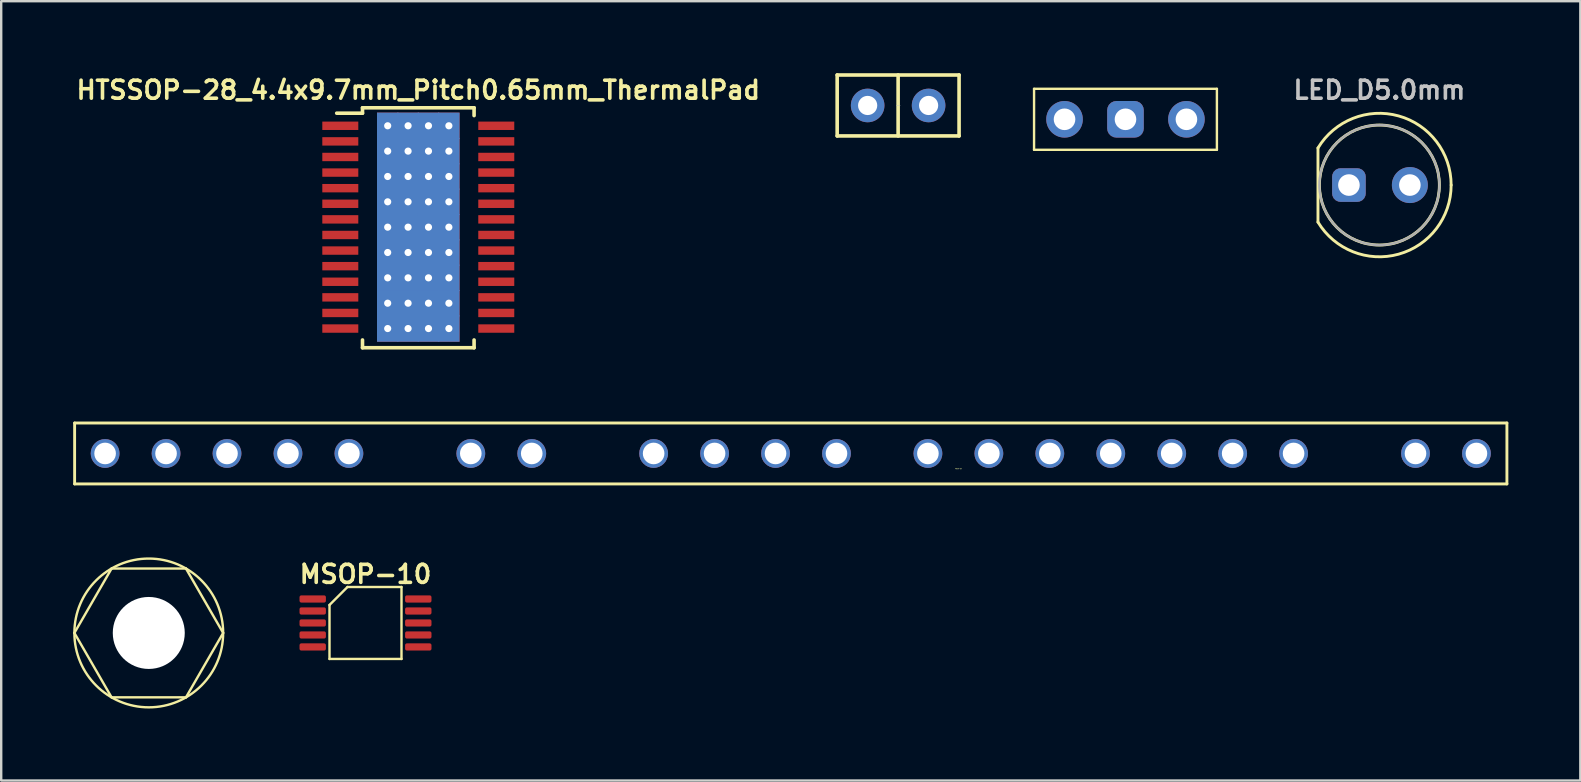
<source format=kicad_pcb>
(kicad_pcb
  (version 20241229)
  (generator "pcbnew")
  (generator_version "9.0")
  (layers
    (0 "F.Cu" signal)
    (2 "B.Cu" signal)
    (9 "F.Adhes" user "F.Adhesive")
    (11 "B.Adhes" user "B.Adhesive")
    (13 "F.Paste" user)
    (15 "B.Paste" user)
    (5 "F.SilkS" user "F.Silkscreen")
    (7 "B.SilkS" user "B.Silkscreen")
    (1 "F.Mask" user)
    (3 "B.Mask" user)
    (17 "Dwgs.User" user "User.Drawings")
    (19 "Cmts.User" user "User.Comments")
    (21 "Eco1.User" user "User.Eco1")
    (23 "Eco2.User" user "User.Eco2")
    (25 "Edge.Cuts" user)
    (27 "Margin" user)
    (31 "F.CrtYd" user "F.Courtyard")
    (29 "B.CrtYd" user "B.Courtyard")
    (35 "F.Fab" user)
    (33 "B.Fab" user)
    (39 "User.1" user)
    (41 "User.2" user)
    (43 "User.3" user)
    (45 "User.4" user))
  (footprint "modulo-bus"
    (layer "F.Cu")
    (at 29.27 15.848)
    (property "Reference" "modulo-bus" (at 7.62 0.635 0) (layer "F.SilkS") (effects (font (size 0.03 0.03) (thickness 0.007))))
    (attr through_hole)
    (fp_line (start -29.21 -1.27) (end 30.48 -1.27) (stroke (width 0.12) (type solid)) (layer "F.SilkS"))
    (fp_line (start -29.21 1.27) (end -29.21 -1.27) (stroke (width 0.12) (type solid)) (layer "F.SilkS"))
    (fp_line (start 30.48 1.27) (end -29.21 1.27) (stroke (width 0.12) (type solid)) (layer "F.SilkS"))
    (fp_line (start 30.48 1.27) (end 30.48 -1.27) (stroke (width 0.12) (type solid)) (layer "F.SilkS"))
    (pad "1" thru_hole circle (at -27.94 0) (size 1.2 1.2) (drill 0.9) (layers "*.Cu" "*.Mask"))
    (pad "2" thru_hole circle (at -25.4 0) (size 1.2 1.2) (drill 0.9) (layers "*.Cu" "*.Mask"))
    (pad "3" thru_hole circle (at -22.86 0) (size 1.2 1.2) (drill 0.9) (layers "*.Cu" "*.Mask"))
    (pad "4" thru_hole circle (at -20.32 0) (size 1.2 1.2) (drill 0.9) (layers "*.Cu" "*.Mask"))
    (pad "5" thru_hole circle (at -17.78 0) (size 1.2 1.2) (drill 0.9) (layers "*.Cu" "*.Mask"))
    (pad "6" thru_hole circle (at 26.67 0) (size 1.2 1.2) (drill 0.9) (layers "*.Cu" "*.Mask"))
    (pad "7" thru_hole circle (at 29.21 0) (size 1.2 1.2) (drill 0.9) (layers "*.Cu" "*.Mask"))
    (pad "8" thru_hole circle (at -12.7 0) (size 1.2 1.2) (drill 0.9) (layers "*.Cu" "*.Mask"))
    (pad "9" thru_hole circle (at -10.16 0) (size 1.2 1.2) (drill 0.9) (layers "*.Cu" "*.Mask"))
    (pad "10" thru_hole circle (at 6.35 0) (size 1.2 1.2) (drill 0.9) (layers "*.Cu" "*.Mask"))
    (pad "11" thru_hole circle (at 8.89 0) (size 1.2 1.2) (drill 0.9) (layers "*.Cu" "*.Mask"))
    (pad "12" thru_hole circle (at 11.43 0) (size 1.2 1.2) (drill 0.9) (layers "*.Cu" "*.Mask"))
    (pad "13" thru_hole circle (at 13.97 0) (size 1.2 1.2) (drill 0.9) (layers "*.Cu" "*.Mask"))
    (pad "14" thru_hole circle (at 16.51 0) (size 1.2 1.2) (drill 0.9) (layers "*.Cu" "*.Mask"))
    (pad "15" thru_hole circle (at 19.05 0) (size 1.2 1.2) (drill 0.9) (layers "*.Cu" "*.Mask"))
    (pad "16" thru_hole circle (at -5.08 0) (size 1.2 1.2) (drill 0.9) (layers "*.Cu" "*.Mask"))
    (pad "17" thru_hole circle (at -2.54 0) (size 1.2 1.2) (drill 0.9) (layers "*.Cu" "*.Mask"))
    (pad "18" thru_hole circle (at 0 0) (size 1.2 1.2) (drill 0.9) (layers "*.Cu" "*.Mask"))
    (pad "19" thru_hole circle (at 2.54 0) (size 1.2 1.2) (drill 0.9) (layers "*.Cu" "*.Mask"))
    (pad "20" thru_hole circle (at 21.59 0) (size 1.2 1.2) (drill 0.9) (layers "*.Cu" "*.Mask")))
  (footprint "JUMPER_3WAY"
    (layer "F.Cu")
    (at 43.854 1.922)
    (property "Reference" "JUMPER_3WAY" (at 0 -1.905 0) (layer "F.Fab") (effects (font (size 0.025 0.025) (thickness 0.001))))
    (attr through_hole)
    (fp_line (start -3.81 -1.27) (end 3.81 -1.27) (stroke (width 0.1) (type solid)) (layer "F.SilkS"))
    (fp_line (start -3.81 1.27) (end -3.81 -1.27) (stroke (width 0.1) (type solid)) (layer "F.SilkS"))
    (fp_line (start 3.81 -1.27) (end 3.81 1.27) (stroke (width 0.1) (type solid)) (layer "F.SilkS"))
    (fp_line (start 3.81 1.27) (end -3.81 1.27) (stroke (width 0.1) (type solid)) (layer "F.SilkS"))
    (pad "1" thru_hole circle (at -2.54 0) (size 1.524 1.524) (drill 0.9) (layers "*.Cu" "*.Mask"))
    (pad "2" thru_hole roundrect (at 0 0) (size 1.524 1.524) (drill 0.9) (layers "*.Cu" "*.Mask") (roundrect_rratio 0.25))
    (pad "3" thru_hole circle (at 2.54 0) (size 1.524 1.524) (drill 0.9) (layers "*.Cu" "*.Mask")))
  (footprint "MountingHole"
    (layer "F.Cu")
    (at 3.15 23.328)
    (property "Reference" "MountingHole" (at 0 0.95 0) (layer "F.SilkS") (effects (font (size 0.127 0.127) (thickness 0.01))))
    (attr through_hole)
    (fp_line (start -3.1 0) (end -1.55 2.684) (stroke (width 0.1) (type solid)) (layer "F.SilkS"))
    (fp_line (start -1.55 -2.684) (end -3.1 0) (stroke (width 0.1) (type solid)) (layer "F.SilkS"))
    (fp_line (start -1.55 2.684) (end 1.55 2.684) (stroke (width 0.1) (type solid)) (layer "F.SilkS"))
    (fp_line (start 1.55 -2.684) (end -1.55 -2.684) (stroke (width 0.1) (type solid)) (layer "F.SilkS"))
    (fp_line (start 1.55 2.684) (end 3.1 0) (stroke (width 0.1) (type solid)) (layer "F.SilkS"))
    (fp_line (start 3.1 0) (end 1.55 -2.684) (stroke (width 0.1) (type solid)) (layer "F.SilkS"))
    (fp_circle (center 0 0) (end 3.1 0) (stroke (width 0.1) (type solid)) (fill no) (layer "F.SilkS"))
    (pad "" np_thru_hole circle (at 0 0) (size 3 3) (drill 3) (layers "*.Cu" "*.Mask")))
  (footprint "MSOP-10"
    (layer "F.Cu")
    (at 12.182 22.912)
    (property "Reference" "MSOP-10" (at 0 -2.032 0) (layer "F.SilkS") (effects (font (size 0.75 0.75) (thickness 0.15))))
    (attr smd)
    (fp_line (start -1.5 -0.75) (end -0.75 -1.5) (stroke (width 0.1) (type solid)) (layer "F.SilkS"))
    (fp_line (start -1.5 1.5) (end -1.5 -0.75) (stroke (width 0.1) (type solid)) (layer "F.SilkS"))
    (fp_line (start -0.75 -1.5) (end 1.5 -1.5) (stroke (width 0.1) (type solid)) (layer "F.SilkS"))
    (fp_line (start 1.5 -1.5) (end 1.5 1.5) (stroke (width 0.1) (type solid)) (layer "F.SilkS"))
    (fp_line (start 1.5 1.5) (end -1.5 1.5) (stroke (width 0.1) (type solid)) (layer "F.SilkS"))
    (pad "1" smd roundrect (at -2.2 -1) (size 1.1 0.3) (layers "F.Cu" "F.Mask" "F.Paste") (roundrect_rratio 0.25))
    (pad "2" smd roundrect (at -2.2 -0.5) (size 1.1 0.3) (layers "F.Cu" "F.Mask" "F.Paste") (roundrect_rratio 0.25))
    (pad "3" smd roundrect (at -2.2 0) (size 1.1 0.3) (layers "F.Cu" "F.Mask" "F.Paste") (roundrect_rratio 0.25))
    (pad "4" smd roundrect (at -2.2 0.5) (size 1.1 0.3) (layers "F.Cu" "F.Mask" "F.Paste") (roundrect_rratio 0.25))
    (pad "5" smd roundrect (at -2.2 1) (size 1.1 0.3) (layers "F.Cu" "F.Mask" "F.Paste") (roundrect_rratio 0.25))
    (pad "6" smd roundrect (at 2.2 1) (size 1.1 0.3) (layers "F.Cu" "F.Mask" "F.Paste") (roundrect_rratio 0.25))
    (pad "7" smd roundrect (at 2.2 0.5) (size 1.1 0.3) (layers "F.Cu" "F.Mask" "F.Paste") (roundrect_rratio 0.25))
    (pad "8" smd roundrect (at 2.2 0) (size 1.1 0.3) (layers "F.Cu" "F.Mask" "F.Paste") (roundrect_rratio 0.25))
    (pad "9" smd roundrect (at 2.2 -0.5) (size 1.1 0.3) (layers "F.Cu" "F.Mask" "F.Paste") (roundrect_rratio 0.25))
    (pad "10" smd roundrect (at 2.2 -1) (size 1.1 0.3) (layers "F.Cu" "F.Mask" "F.Paste") (roundrect_rratio 0.25)))
  (footprint "JUMPER"
    (layer "F.Cu")
    (at 34.379 1.345)
    (property "Reference" "JUMPER" (at 0 0 0) (layer "Dwgs.User") (effects (font (size 0.03 0.03) (thickness 0.007))))
    (attr through_hole)
    (fp_line (start -2.54 -1.27) (end -2.54 1.27) (stroke (width 0.15) (type solid)) (layer "F.SilkS"))
    (fp_line (start -2.54 1.27) (end 2.54 1.27) (stroke (width 0.15) (type solid)) (layer "F.SilkS"))
    (fp_line (start 0 1.27) (end 0 -1.27) (stroke (width 0.15) (type solid)) (layer "F.SilkS"))
    (fp_line (start 2.54 -1.27) (end -2.54 -1.27) (stroke (width 0.15) (type solid)) (layer "F.SilkS"))
    (fp_line (start 2.54 1.27) (end 2.54 -1.27) (stroke (width 0.15) (type solid)) (layer "F.SilkS"))
    (pad "1" thru_hole circle (at -1.27 0) (size 1.4 1.4) (drill 0.8) (layers "*.Cu" "*.Mask"))
    (pad "2" thru_hole circle (at 1.27 0) (size 1.4 1.4) (drill 0.8) (layers "*.Cu" "*.Mask")))
  (footprint "HTSSOP-28_4.4x9.7mm_Pitch0.65mm_ThermalPad"
    (layer "F.Cu")
    (at 14.382 6.417)
    (property "Reference" "HTSSOP-28_4.4x9.7mm_Pitch0.65mm_ThermalPad" (at 0 -5.715 0) (layer "F.SilkS") (effects (font (size 0.75 0.75) (thickness 0.15))))
    (attr smd)
    (fp_line (start -2.325 -4.975) (end -2.325 -4.75) (stroke (width 0.15) (type solid)) (layer "F.SilkS"))
    (fp_line (start -2.325 -4.975) (end 2.325 -4.975) (stroke (width 0.15) (type solid)) (layer "F.SilkS"))
    (fp_line (start -2.325 -4.75) (end -3.4 -4.75) (stroke (width 0.15) (type solid)) (layer "F.SilkS"))
    (fp_line (start -2.325 5.026) (end -2.325 4.701) (stroke (width 0.15) (type solid)) (layer "F.SilkS"))
    (fp_line (start -2.325 5.026) (end 2.325 5.026) (stroke (width 0.15) (type solid)) (layer "F.SilkS"))
    (fp_line (start 2.325 -4.975) (end 2.325 -4.65) (stroke (width 0.15) (type solid)) (layer "F.SilkS"))
    (fp_line (start 2.325 5.026) (end 2.325 4.701) (stroke (width 0.15) (type solid)) (layer "F.SilkS"))
    (pad "1" smd rect (at -3.25 -4.225) (size 1.5 0.35) (layers "F.Cu" "F.Mask" "F.Paste"))
    (pad "2" smd rect (at -3.25 -3.575) (size 1.5 0.35) (layers "F.Cu" "F.Mask" "F.Paste"))
    (pad "3" smd rect (at -3.25 -2.925) (size 1.5 0.35) (layers "F.Cu" "F.Mask" "F.Paste"))
    (pad "4" smd rect (at -3.25 -2.275) (size 1.5 0.35) (layers "F.Cu" "F.Mask" "F.Paste"))
    (pad "5" smd rect (at -3.25 -1.625) (size 1.5 0.35) (layers "F.Cu" "F.Mask" "F.Paste"))
    (pad "6" smd rect (at -3.25 -0.975) (size 1.5 0.35) (layers "F.Cu" "F.Mask" "F.Paste"))
    (pad "7" smd rect (at -3.25 -0.325) (size 1.5 0.35) (layers "F.Cu" "F.Mask" "F.Paste"))
    (pad "8" smd rect (at -3.25 0.325) (size 1.5 0.35) (layers "F.Cu" "F.Mask" "F.Paste"))
    (pad "9" smd rect (at -3.25 0.975) (size 1.5 0.35) (layers "F.Cu" "F.Mask" "F.Paste"))
    (pad "10" smd rect (at -3.25 1.625) (size 1.5 0.35) (layers "F.Cu" "F.Mask" "F.Paste"))
    (pad "11" smd rect (at -3.25 2.275) (size 1.5 0.35) (layers "F.Cu" "F.Mask" "F.Paste"))
    (pad "12" smd rect (at -3.25 2.925) (size 1.5 0.35) (layers "F.Cu" "F.Mask" "F.Paste"))
    (pad "13" smd rect (at -3.25 3.575) (size 1.5 0.35) (layers "F.Cu" "F.Mask" "F.Paste"))
    (pad "14" smd rect (at -3.25 4.225) (size 1.5 0.35) (layers "F.Cu" "F.Mask" "F.Paste"))
    (pad "15" smd rect (at 3.25 4.225) (size 1.5 0.35) (layers "F.Cu" "F.Mask" "F.Paste"))
    (pad "16" smd rect (at 3.25 3.575) (size 1.5 0.35) (layers "F.Cu" "F.Mask" "F.Paste"))
    (pad "17" smd rect (at 3.25 2.925) (size 1.5 0.35) (layers "F.Cu" "F.Mask" "F.Paste"))
    (pad "18" smd rect (at 3.25 2.275) (size 1.5 0.35) (layers "F.Cu" "F.Mask" "F.Paste"))
    (pad "19" smd rect (at 3.25 1.625) (size 1.5 0.35) (layers "F.Cu" "F.Mask" "F.Paste"))
    (pad "20" smd rect (at 3.25 0.975) (size 1.5 0.35) (layers "F.Cu" "F.Mask" "F.Paste"))
    (pad "21" smd rect (at 3.25 0.325) (size 1.5 0.35) (layers "F.Cu" "F.Mask" "F.Paste"))
    (pad "22" smd rect (at 3.25 -0.325) (size 1.5 0.35) (layers "F.Cu" "F.Mask" "F.Paste"))
    (pad "23" smd rect (at 3.25 -0.975) (size 1.5 0.35) (layers "F.Cu" "F.Mask" "F.Paste"))
    (pad "24" smd rect (at 3.25 -1.625) (size 1.5 0.35) (layers "F.Cu" "F.Mask" "F.Paste"))
    (pad "25" smd rect (at 3.25 -2.275) (size 1.5 0.35) (layers "F.Cu" "F.Mask" "F.Paste"))
    (pad "26" smd rect (at 3.25 -2.925) (size 1.5 0.35) (layers "F.Cu" "F.Mask" "F.Paste"))
    (pad "27" smd rect (at 3.25 -3.575) (size 1.5 0.35) (layers "F.Cu" "F.Mask" "F.Paste"))
    (pad "28" smd rect (at 3.25 -4.225) (size 1.5 0.35) (layers "F.Cu" "F.Mask" "F.Paste"))
    (pad "29" thru_hole rect (at -1.275 -4.225) (size 0.89 1.1) (drill 0.3) (layers "*.Cu" "*.Mask"))
    (pad "29" thru_hole rect (at -1.275 -3.169) (size 0.89 1.1) (drill 0.3) (layers "*.Cu" "*.Mask"))
    (pad "29" thru_hole rect (at -1.275 -2.112) (size 0.89 1.1) (drill 0.3) (layers "*.Cu" "*.Mask"))
    (pad "29" thru_hole rect (at -1.275 -1.056) (size 0.89 1.1) (drill 0.3) (layers "*.Cu" "*.Mask"))
    (pad "29" thru_hole rect (at -1.275 0) (size 0.89 1.1) (drill 0.3) (layers "*.Cu" "*.Mask"))
    (pad "29" thru_hole rect (at -1.275 1.056) (size 0.89 1.1) (drill 0.3) (layers "*.Cu" "*.Mask"))
    (pad "29" thru_hole rect (at -1.275 2.112) (size 0.89 1.1) (drill 0.3) (layers "*.Cu" "*.Mask"))
    (pad "29" thru_hole rect (at -1.275 3.169) (size 0.89 1.1) (drill 0.3) (layers "*.Cu" "*.Mask"))
    (pad "29" thru_hole rect (at -1.275 4.225) (size 0.89 1.1) (drill 0.3) (layers "*.Cu" "*.Mask"))
    (pad "29" thru_hole rect (at -0.425 -4.225) (size 0.89 1.1) (drill 0.3) (layers "*.Cu" "*.Mask"))
    (pad "29" thru_hole rect (at -0.425 -3.169) (size 0.89 1.1) (drill 0.3) (layers "*.Cu" "*.Mask"))
    (pad "29" thru_hole rect (at -0.425 -2.112) (size 0.89 1.1) (drill 0.3) (layers "*.Cu" "*.Mask"))
    (pad "29" thru_hole rect (at -0.425 -1.056) (size 0.89 1.1) (drill 0.3) (layers "*.Cu" "*.Mask"))
    (pad "29" thru_hole rect (at -0.425 0) (size 0.89 1.1) (drill 0.3) (layers "*.Cu" "*.Mask"))
    (pad "29" thru_hole rect (at -0.425 1.056) (size 0.89 1.1) (drill 0.3) (layers "*.Cu" "*.Mask"))
    (pad "29" thru_hole rect (at -0.425 2.112) (size 0.89 1.1) (drill 0.3) (layers "*.Cu" "*.Mask"))
    (pad "29" thru_hole rect (at -0.425 3.169) (size 0.89 1.1) (drill 0.3) (layers "*.Cu" "*.Mask"))
    (pad "29" thru_hole rect (at -0.425 4.225) (size 0.89 1.1) (drill 0.3) (layers "*.Cu" "*.Mask"))
    (pad "29" thru_hole rect (at 0.425 -4.225) (size 0.89 1.1) (drill 0.3) (layers "*.Cu" "*.Mask"))
    (pad "29" thru_hole rect (at 0.425 -3.169) (size 0.89 1.1) (drill 0.3) (layers "*.Cu" "*.Mask"))
    (pad "29" thru_hole rect (at 0.425 -2.112) (size 0.89 1.1) (drill 0.3) (layers "*.Cu" "*.Mask"))
    (pad "29" thru_hole rect (at 0.425 -1.056) (size 0.89 1.1) (drill 0.3) (layers "*.Cu" "*.Mask"))
    (pad "29" thru_hole rect (at 0.425 0) (size 0.89 1.1) (drill 0.3) (layers "*.Cu" "*.Mask"))
    (pad "29" thru_hole rect (at 0.425 1.056) (size 0.89 1.1) (drill 0.3) (layers "*.Cu" "*.Mask"))
    (pad "29" thru_hole rect (at 0.425 2.112) (size 0.89 1.1) (drill 0.3) (layers "*.Cu" "*.Mask"))
    (pad "29" thru_hole rect (at 0.425 3.169) (size 0.89 1.1) (drill 0.3) (layers "*.Cu" "*.Mask"))
    (pad "29" thru_hole rect (at 0.425 4.225) (size 0.89 1.1) (drill 0.3) (layers "*.Cu" "*.Mask"))
    (pad "29" thru_hole rect (at 1.275 -4.225) (size 0.89 1.1) (drill 0.3) (layers "*.Cu" "*.Mask"))
    (pad "29" thru_hole rect (at 1.275 -3.169) (size 0.89 1.1) (drill 0.3) (layers "*.Cu" "*.Mask"))
    (pad "29" thru_hole rect (at 1.275 -2.112) (size 0.89 1.1) (drill 0.3) (layers "*.Cu" "*.Mask"))
    (pad "29" thru_hole rect (at 1.275 -1.056) (size 0.89 1.1) (drill 0.3) (layers "*.Cu" "*.Mask"))
    (pad "29" thru_hole rect (at 1.275 0) (size 0.89 1.1) (drill 0.3) (layers "*.Cu" "*.Mask"))
    (pad "29" thru_hole rect (at 1.275 1.056) (size 0.89 1.1) (drill 0.3) (layers "*.Cu" "*.Mask"))
    (pad "29" thru_hole rect (at 1.275 2.112) (size 0.89 1.1) (drill 0.3) (layers "*.Cu" "*.Mask"))
    (pad "29" thru_hole rect (at 1.275 3.169) (size 0.89 1.1) (drill 0.3) (layers "*.Cu" "*.Mask"))
    (pad "29" thru_hole rect (at 1.275 4.225) (size 0.89 1.1) (drill 0.3) (layers "*.Cu" "*.Mask")))
  (footprint "LED_D5.0mm"
    (layer "F.Cu")
    (at 54.436 4.662)
    (property "Reference" "LED_D5.0mm" (at 0 -3.96 0) (layer "Dwgs.User") (effects (font (size 0.75 0.75) (thickness 0.15))))
    (attr through_hole)
    (fp_line (start -2.56 -1.545) (end -2.56 1.545) (stroke (width 0.12) (type solid)) (layer "F.SilkS"))
    (fp_arc (start -2.56 -1.54483) (mid 0.802002 -2.880433) (end 2.99 0.000462) (stroke (width 0.12) (type solid)) (layer "F.SilkS"))
    (fp_arc (start 2.99 -0.000462) (mid 0.802002 2.880433) (end -2.56 1.54483) (stroke (width 0.12) (type solid)) (layer "F.SilkS"))
    (fp_circle (center 0 0) (end 2.5 0) (stroke (width 0.12) (type solid)) (fill no) (layer "F.SilkS"))
    (fp_circle (center 0 0) (end 2.5 0) (stroke (width 0.1) (type solid)) (fill no) (layer "F.Fab"))
    (pad "1" thru_hole roundrect (at -1.27 0) (size 1.4 1.4) (drill 0.9) (layers "*.Cu" "*.Mask") (roundrect_rratio 0.25))
    (pad "2" thru_hole circle (at 1.27 0) (size 1.5 1.5) (drill 0.9) (layers "*.Cu" "*.Mask")))
  (gr_rect
    (start -3 -3)
    (end 62.81 29.478)
    (stroke (width 0.1) (type default))
    (fill no)
    (layer "Edge.Cuts")))
</source>
